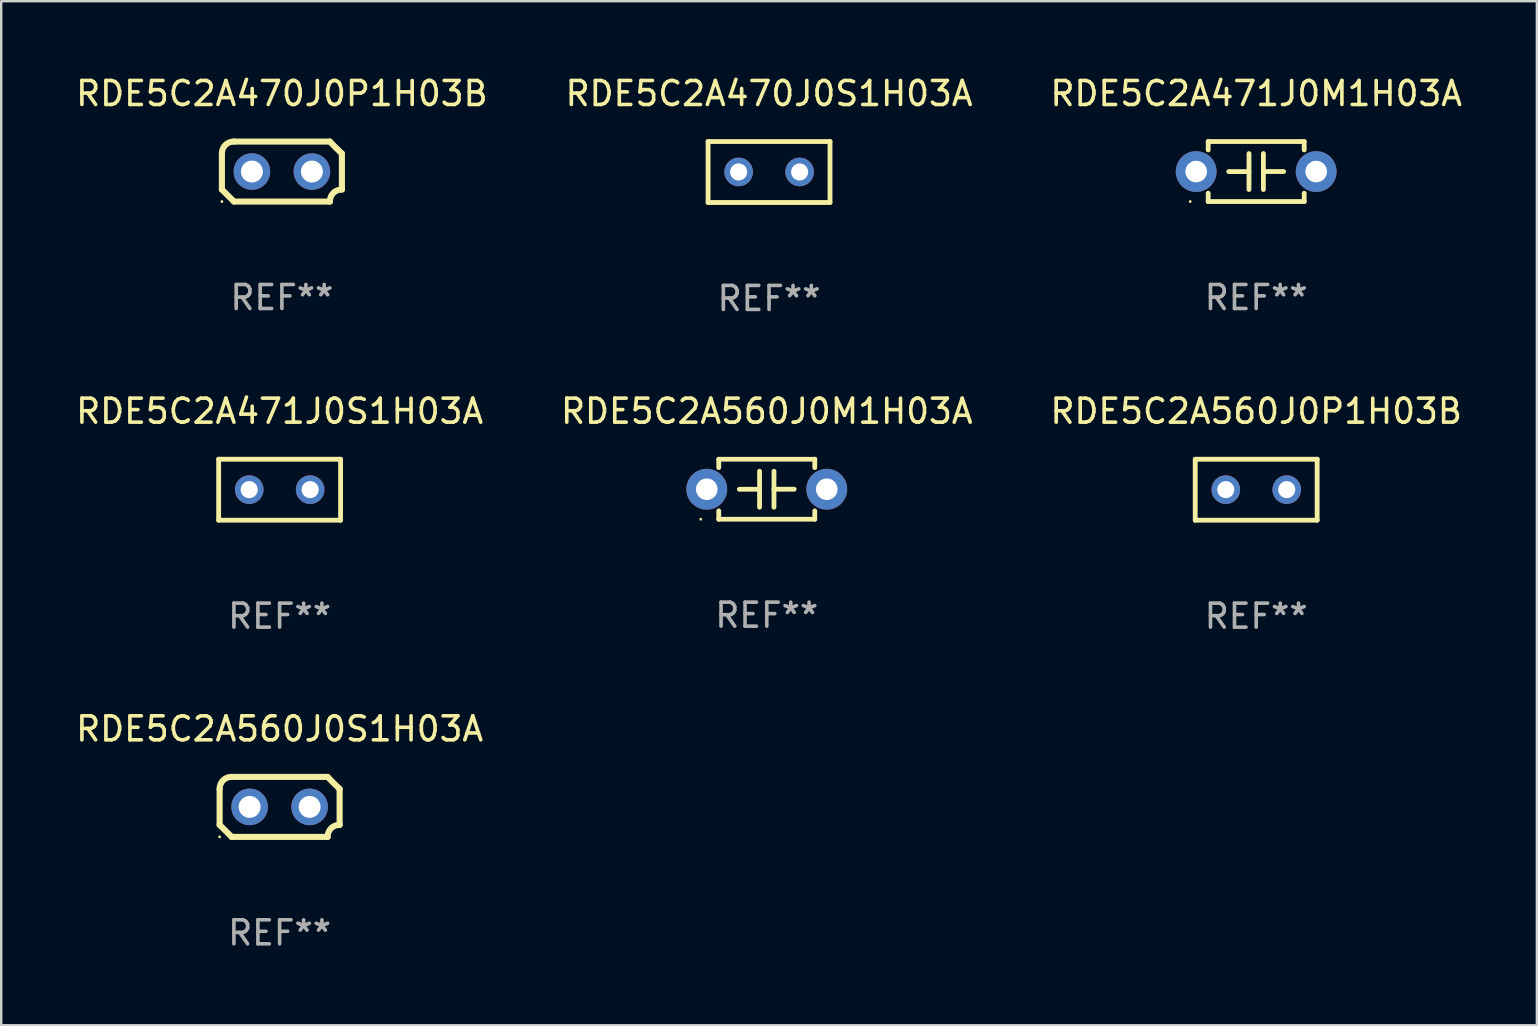
<source format=kicad_pcb>
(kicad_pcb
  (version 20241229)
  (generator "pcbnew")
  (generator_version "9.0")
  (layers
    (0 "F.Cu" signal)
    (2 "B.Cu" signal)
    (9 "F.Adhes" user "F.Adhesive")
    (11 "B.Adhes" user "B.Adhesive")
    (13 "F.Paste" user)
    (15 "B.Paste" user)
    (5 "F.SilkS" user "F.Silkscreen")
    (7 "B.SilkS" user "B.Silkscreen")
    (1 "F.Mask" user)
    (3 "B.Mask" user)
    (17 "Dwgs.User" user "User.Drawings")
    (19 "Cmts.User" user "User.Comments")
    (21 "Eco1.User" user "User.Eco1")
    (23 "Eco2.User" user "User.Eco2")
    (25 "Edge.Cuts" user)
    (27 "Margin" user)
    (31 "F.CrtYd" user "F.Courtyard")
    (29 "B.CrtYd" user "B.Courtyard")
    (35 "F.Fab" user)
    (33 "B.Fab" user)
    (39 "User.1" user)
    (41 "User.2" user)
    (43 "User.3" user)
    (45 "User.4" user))
  (footprint "RDE5C2A470J0S1H03A"
    (layer "F.Cu")
    (at 28.994 4.118)
    (property "Reference" "RDE5C2A470J0S1H03A" (at 0 -3.27 0) (layer "F.SilkS") (effects (font (size 1 1) (thickness 0.15))))
    (attr through_hole)
    (fp_line (start -2.54 -1.27) (end -2.54 1.27) (stroke (width 0.201) (type solid)) (layer "F.SilkS"))
    (fp_line (start -2.54 1.27) (end 2.54 1.27) (stroke (width 0.201) (type solid)) (layer "F.SilkS"))
    (fp_line (start 2.54 -1.27) (end -2.54 -1.27) (stroke (width 0.201) (type solid)) (layer "F.SilkS"))
    (fp_line (start 2.54 1.27) (end 2.54 -1.27) (stroke (width 0.201) (type solid)) (layer "F.SilkS"))
    (fp_circle (center -2.497 1.247) (end -2.467 1.247) (stroke (width 0.06) (type solid)) (fill no) (layer "F.SilkS"))
    (fp_text user "REF**" (at 0 5.27 0) (layer "F.Fab") (effects (font (size 1 1) (thickness 0.15))))
    (pad "1" thru_hole circle (at -1.267 -0.003) (size 1.194 1.194) (drill 0.711) (layers "*.Cu" "*.Mask"))
    (pad "2" thru_hole circle (at 1.273 -0.003) (size 1.194 1.194) (drill 0.711) (layers "*.Cu" "*.Mask")))
  (footprint "RDE5C2A560J0M1H03A"
    (layer "F.Cu")
    (at 28.899 17.335)
    (property "Reference" "RDE5C2A560J0M1H03A" (at 0 -3.25 0) (layer "F.SilkS") (effects (font (size 1 1) (thickness 0.15))))
    (attr through_hole)
    (fp_line (start -2 -1.25) (end -2 -0.901) (stroke (width 0.2) (type solid)) (layer "F.SilkS"))
    (fp_line (start -2 -1.25) (end 2 -1.25) (stroke (width 0.2) (type solid)) (layer "F.SilkS"))
    (fp_line (start -2 0.901) (end -2 1.25) (stroke (width 0.2) (type solid)) (layer "F.SilkS"))
    (fp_line (start -0.3 -0.75) (end -0.3 0.75) (stroke (width 0.2) (type solid)) (layer "F.SilkS"))
    (fp_line (start -0.3 0.001) (end -1.143 0.001) (stroke (width 0.2) (type solid)) (layer "F.SilkS"))
    (fp_line (start 0.3 -0.001) (end 1.143 -0.001) (stroke (width 0.2) (type solid)) (layer "F.SilkS"))
    (fp_line (start 0.3 0.75) (end 0.3 -0.75) (stroke (width 0.2) (type solid)) (layer "F.SilkS"))
    (fp_line (start 2 -1.25) (end 2 -0.901) (stroke (width 0.2) (type solid)) (layer "F.SilkS"))
    (fp_line (start 2 0.901) (end 2 1.25) (stroke (width 0.2) (type solid)) (layer "F.SilkS"))
    (fp_line (start 2 1.25) (end -2 1.25) (stroke (width 0.2) (type solid)) (layer "F.SilkS"))
    (fp_circle (center -2.75 1.25) (end -2.72 1.25) (stroke (width 0.06) (type solid)) (fill no) (layer "F.SilkS"))
    (fp_text user "REF**" (at 0 5.25 0) (layer "F.Fab") (effects (font (size 1 1) (thickness 0.15))))
    (pad "1" thru_hole circle (at -2.5 0) (size 1.7 1.7) (drill 0.9) (layers "*.Cu" "*.Mask"))
    (pad "2" thru_hole circle (at 2.5 0) (size 1.7 1.7) (drill 0.9) (layers "*.Cu" "*.Mask")))
  (footprint "RDE5C2A471J0M1H03A"
    (layer "F.Cu")
    (at 49.292 4.098)
    (property "Reference" "RDE5C2A471J0M1H03A" (at 0 -3.25 0) (layer "F.SilkS") (effects (font (size 1 1) (thickness 0.15))))
    (attr through_hole)
    (fp_line (start -2 -1.25) (end -2 -0.901) (stroke (width 0.2) (type solid)) (layer "F.SilkS"))
    (fp_line (start -2 -1.25) (end 2 -1.25) (stroke (width 0.2) (type solid)) (layer "F.SilkS"))
    (fp_line (start -2 0.901) (end -2 1.25) (stroke (width 0.2) (type solid)) (layer "F.SilkS"))
    (fp_line (start -0.3 -0.75) (end -0.3 0.75) (stroke (width 0.2) (type solid)) (layer "F.SilkS"))
    (fp_line (start -0.3 0.001) (end -1.143 0.001) (stroke (width 0.2) (type solid)) (layer "F.SilkS"))
    (fp_line (start 0.3 -0.001) (end 1.143 -0.001) (stroke (width 0.2) (type solid)) (layer "F.SilkS"))
    (fp_line (start 0.3 0.75) (end 0.3 -0.75) (stroke (width 0.2) (type solid)) (layer "F.SilkS"))
    (fp_line (start 2 -1.25) (end 2 -0.901) (stroke (width 0.2) (type solid)) (layer "F.SilkS"))
    (fp_line (start 2 0.901) (end 2 1.25) (stroke (width 0.2) (type solid)) (layer "F.SilkS"))
    (fp_line (start 2 1.25) (end -2 1.25) (stroke (width 0.2) (type solid)) (layer "F.SilkS"))
    (fp_circle (center -2.75 1.25) (end -2.72 1.25) (stroke (width 0.06) (type solid)) (fill no) (layer "F.SilkS"))
    (fp_text user "REF**" (at 0 5.25 0) (layer "F.Fab") (effects (font (size 1 1) (thickness 0.15))))
    (pad "1" thru_hole circle (at -2.5 0) (size 1.7 1.7) (drill 0.9) (layers "*.Cu" "*.Mask"))
    (pad "2" thru_hole circle (at 2.5 0) (size 1.7 1.7) (drill 0.9) (layers "*.Cu" "*.Mask")))
  (footprint "RDE5C2A470J0P1H03B"
    (layer "F.Cu")
    (at 8.696 4.098)
    (property "Reference" "RDE5C2A470J0P1H03B" (at 0 -3.25 0) (layer "F.SilkS") (effects (font (size 1 1) (thickness 0.15))))
    (attr through_hole)
    (fp_line (start -2.5 -0.75) (end -2.5 0.75) (stroke (width 0.254) (type solid)) (layer "F.SilkS"))
    (fp_line (start -2 -1.25) (end 2 -1.25) (stroke (width 0.254) (type solid)) (layer "F.SilkS"))
    (fp_line (start 2 1.25) (end -2 1.25) (stroke (width 0.254) (type solid)) (layer "F.SilkS"))
    (fp_line (start 2.5 0.75) (end 2.5 -0.75) (stroke (width 0.254) (type solid)) (layer "F.SilkS"))
    (fp_arc (start -2.5 0.749962) (mid -2.249559 0.999558) (end -1.99929 1.249325) (stroke (width 0.254001) (type solid)) (layer "F.SilkS"))
    (fp_arc (start -2.499366 -0.749302) (mid -2.356411 -1.106098) (end -2 -1.250013) (stroke (width 0.254001) (type solid)) (layer "F.SilkS"))
    (fp_arc (start 2 1.250013) (mid 2.142747 0.89301) (end 2.499364 0.749302) (stroke (width 0.254001) (type solid)) (layer "F.SilkS"))
    (fp_arc (start 2.5 -0.749962) (mid 2.245609 -0.995598) (end 1.999289 -1.249327) (stroke (width 0.254001) (type solid)) (layer "F.SilkS"))
    (fp_circle (center -2.5 1.25) (end -2.47 1.25) (stroke (width 0.06) (type solid)) (fill no) (layer "F.SilkS"))
    (fp_text user "REF**" (at 0 5.25 0) (layer "F.Fab") (effects (font (size 1 1) (thickness 0.15))))
    (pad "1" thru_hole circle (at -1.25 0) (size 1.524 1.524) (drill 0.914) (layers "*.Cu" "*.Mask"))
    (pad "2" thru_hole circle (at 1.25 0) (size 1.524 1.524) (drill 0.914) (layers "*.Cu" "*.Mask")))
  (footprint "RDE5C2A471J0S1H03A"
    (layer "F.Cu")
    (at 8.601 17.355)
    (property "Reference" "RDE5C2A471J0S1H03A" (at 0 -3.27 0) (layer "F.SilkS") (effects (font (size 1 1) (thickness 0.15))))
    (attr through_hole)
    (fp_line (start -2.54 -1.27) (end -2.54 1.27) (stroke (width 0.201) (type solid)) (layer "F.SilkS"))
    (fp_line (start -2.54 1.27) (end 2.54 1.27) (stroke (width 0.201) (type solid)) (layer "F.SilkS"))
    (fp_line (start 2.54 -1.27) (end -2.54 -1.27) (stroke (width 0.201) (type solid)) (layer "F.SilkS"))
    (fp_line (start 2.54 1.27) (end 2.54 -1.27) (stroke (width 0.201) (type solid)) (layer "F.SilkS"))
    (fp_circle (center -2.497 1.247) (end -2.467 1.247) (stroke (width 0.06) (type solid)) (fill no) (layer "F.SilkS"))
    (fp_text user "REF**" (at 0 5.27 0) (layer "F.Fab") (effects (font (size 1 1) (thickness 0.15))))
    (pad "1" thru_hole circle (at -1.267 -0.003) (size 1.194 1.194) (drill 0.711) (layers "*.Cu" "*.Mask"))
    (pad "2" thru_hole circle (at 1.273 -0.003) (size 1.194 1.194) (drill 0.711) (layers "*.Cu" "*.Mask")))
  (footprint "RDE5C2A560J0P1H03B"
    (layer "F.Cu")
    (at 49.292 17.355)
    (property "Reference" "RDE5C2A560J0P1H03B" (at 0 -3.27 0) (layer "F.SilkS") (effects (font (size 1 1) (thickness 0.15))))
    (attr through_hole)
    (fp_line (start -2.54 -1.27) (end -2.54 1.27) (stroke (width 0.201) (type solid)) (layer "F.SilkS"))
    (fp_line (start -2.54 1.27) (end 2.54 1.27) (stroke (width 0.201) (type solid)) (layer "F.SilkS"))
    (fp_line (start 2.54 -1.27) (end -2.54 -1.27) (stroke (width 0.201) (type solid)) (layer "F.SilkS"))
    (fp_line (start 2.54 1.27) (end 2.54 -1.27) (stroke (width 0.201) (type solid)) (layer "F.SilkS"))
    (fp_circle (center -2.497 1.247) (end -2.467 1.247) (stroke (width 0.06) (type solid)) (fill no) (layer "F.SilkS"))
    (fp_text user "REF**" (at 0 5.27 0) (layer "F.Fab") (effects (font (size 1 1) (thickness 0.15))))
    (pad "1" thru_hole circle (at -1.267 -0.003) (size 1.194 1.194) (drill 0.711) (layers "*.Cu" "*.Mask"))
    (pad "2" thru_hole circle (at 1.273 -0.003) (size 1.194 1.194) (drill 0.711) (layers "*.Cu" "*.Mask")))
  (footprint "RDE5C2A560J0S1H03A"
    (layer "F.Cu")
    (at 8.601 30.571)
    (property "Reference" "RDE5C2A560J0S1H03A" (at 0 -3.25 0) (layer "F.SilkS") (effects (font (size 1 1) (thickness 0.15))))
    (attr through_hole)
    (fp_line (start -2.5 -0.75) (end -2.5 0.75) (stroke (width 0.254) (type solid)) (layer "F.SilkS"))
    (fp_line (start -2 -1.25) (end 2 -1.25) (stroke (width 0.254) (type solid)) (layer "F.SilkS"))
    (fp_line (start 2 1.25) (end -2 1.25) (stroke (width 0.254) (type solid)) (layer "F.SilkS"))
    (fp_line (start 2.5 0.75) (end 2.5 -0.75) (stroke (width 0.254) (type solid)) (layer "F.SilkS"))
    (fp_arc (start -2.5 0.749962) (mid -2.249559 0.999558) (end -1.99929 1.249325) (stroke (width 0.254001) (type solid)) (layer "F.SilkS"))
    (fp_arc (start -2.499366 -0.749302) (mid -2.356411 -1.106098) (end -2 -1.250013) (stroke (width 0.254001) (type solid)) (layer "F.SilkS"))
    (fp_arc (start 2 1.250013) (mid 2.142747 0.89301) (end 2.499364 0.749302) (stroke (width 0.254001) (type solid)) (layer "F.SilkS"))
    (fp_arc (start 2.5 -0.749962) (mid 2.245609 -0.995598) (end 1.999289 -1.249327) (stroke (width 0.254001) (type solid)) (layer "F.SilkS"))
    (fp_circle (center -2.5 1.25) (end -2.47 1.25) (stroke (width 0.06) (type solid)) (fill no) (layer "F.SilkS"))
    (fp_text user "REF**" (at 0 5.25 0) (layer "F.Fab") (effects (font (size 1 1) (thickness 0.15))))
    (pad "1" thru_hole circle (at -1.25 0) (size 1.524 1.524) (drill 0.914) (layers "*.Cu" "*.Mask"))
    (pad "2" thru_hole circle (at 1.25 0) (size 1.524 1.524) (drill 0.914) (layers "*.Cu" "*.Mask")))
  (gr_rect
    (start -3 -3)
    (end 60.988 39.67)
    (stroke (width 0.1) (type default))
    (fill no)
    (layer "Edge.Cuts")))
</source>
